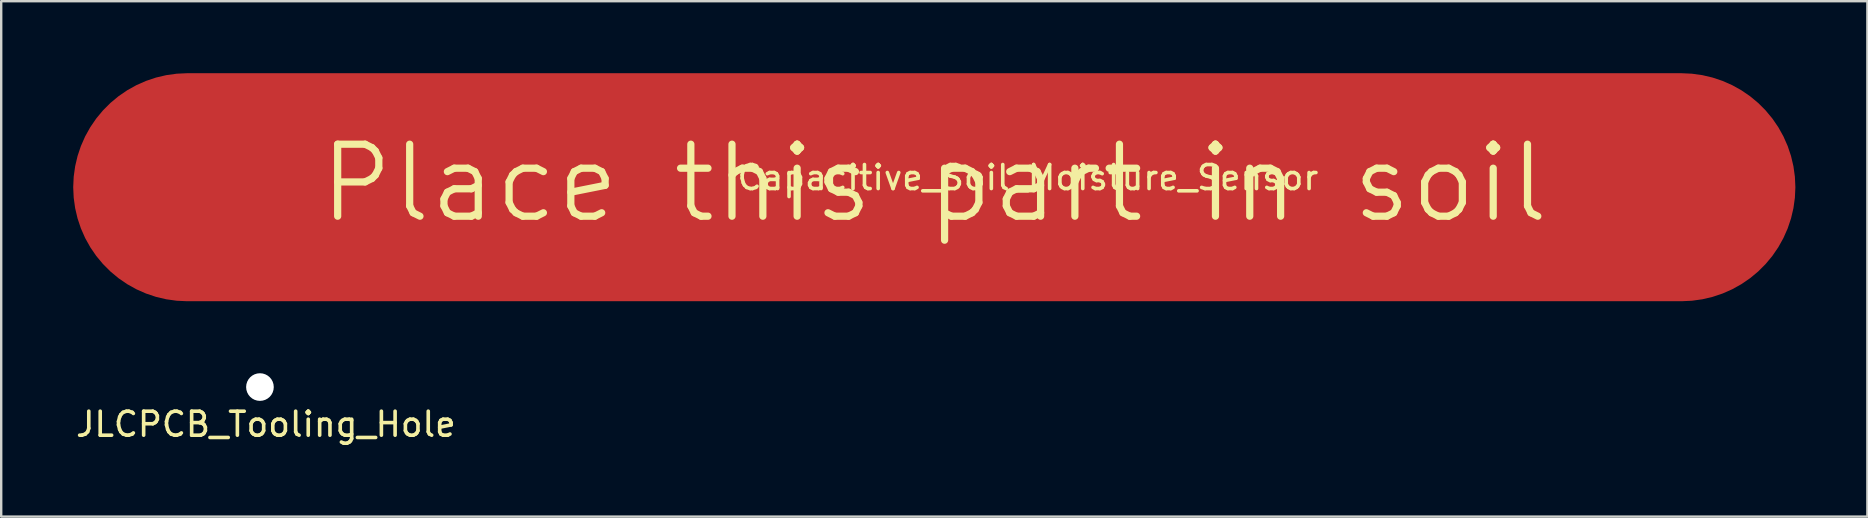
<source format=kicad_pcb>
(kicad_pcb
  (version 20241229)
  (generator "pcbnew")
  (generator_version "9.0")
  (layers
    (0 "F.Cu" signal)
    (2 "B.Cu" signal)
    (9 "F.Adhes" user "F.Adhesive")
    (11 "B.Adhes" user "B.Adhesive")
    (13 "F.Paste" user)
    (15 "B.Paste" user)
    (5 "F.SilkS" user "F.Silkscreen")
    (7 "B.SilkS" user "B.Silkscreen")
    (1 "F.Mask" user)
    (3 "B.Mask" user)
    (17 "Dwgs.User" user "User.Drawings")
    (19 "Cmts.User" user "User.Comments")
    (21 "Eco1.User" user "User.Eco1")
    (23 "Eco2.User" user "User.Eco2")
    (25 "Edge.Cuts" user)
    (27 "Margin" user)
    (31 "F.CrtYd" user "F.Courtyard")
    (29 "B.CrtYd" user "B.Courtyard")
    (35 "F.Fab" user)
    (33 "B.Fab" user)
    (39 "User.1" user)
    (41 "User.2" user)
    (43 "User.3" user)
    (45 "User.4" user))
  (footprint "JLCPCB_Tooling_Hole"
    (layer "F.Cu")
    (at 7.78 13.076)
    (property "Reference" "JLCPCB_Tooling_Hole" (at 0.25 1.55 0) (layer "F.SilkS") (effects (font (size 1 1) (thickness 0.15))))
    (attr through_hole)
    (pad "" np_thru_hole circle (at 0 0) (size 1.152 1.152) (drill 1.152) (layers "*.Cu" "*.Mask")))
  (footprint "Capacitive_Soil_Moisture_Sensor"
    (layer "F.Cu")
    (at 35.875 4.75)
    (property "Reference" "Capacitive_Soil_Moisture_Sensor" (at 3.9 -0.4 0) (layer "F.SilkS") (effects (font (size 1 1) (thickness 0.15))))
    (attr through_hole)
    (fp_text user "Place this part in soil" (at 0 -0.165 0) (layer "F.SilkS") (effects (font (size 3 3) (thickness 0.3))))
    (pad "1" connect roundrect (at 0 0) (size 71.75 9.5) (layers "F.Cu") (roundrect_rratio 0.5)))
  (gr_rect
    (start -3 -3)
    (end 74.75 18.474)
    (stroke (width 0.1) (type default))
    (fill no)
    (layer "Edge.Cuts")))
</source>
